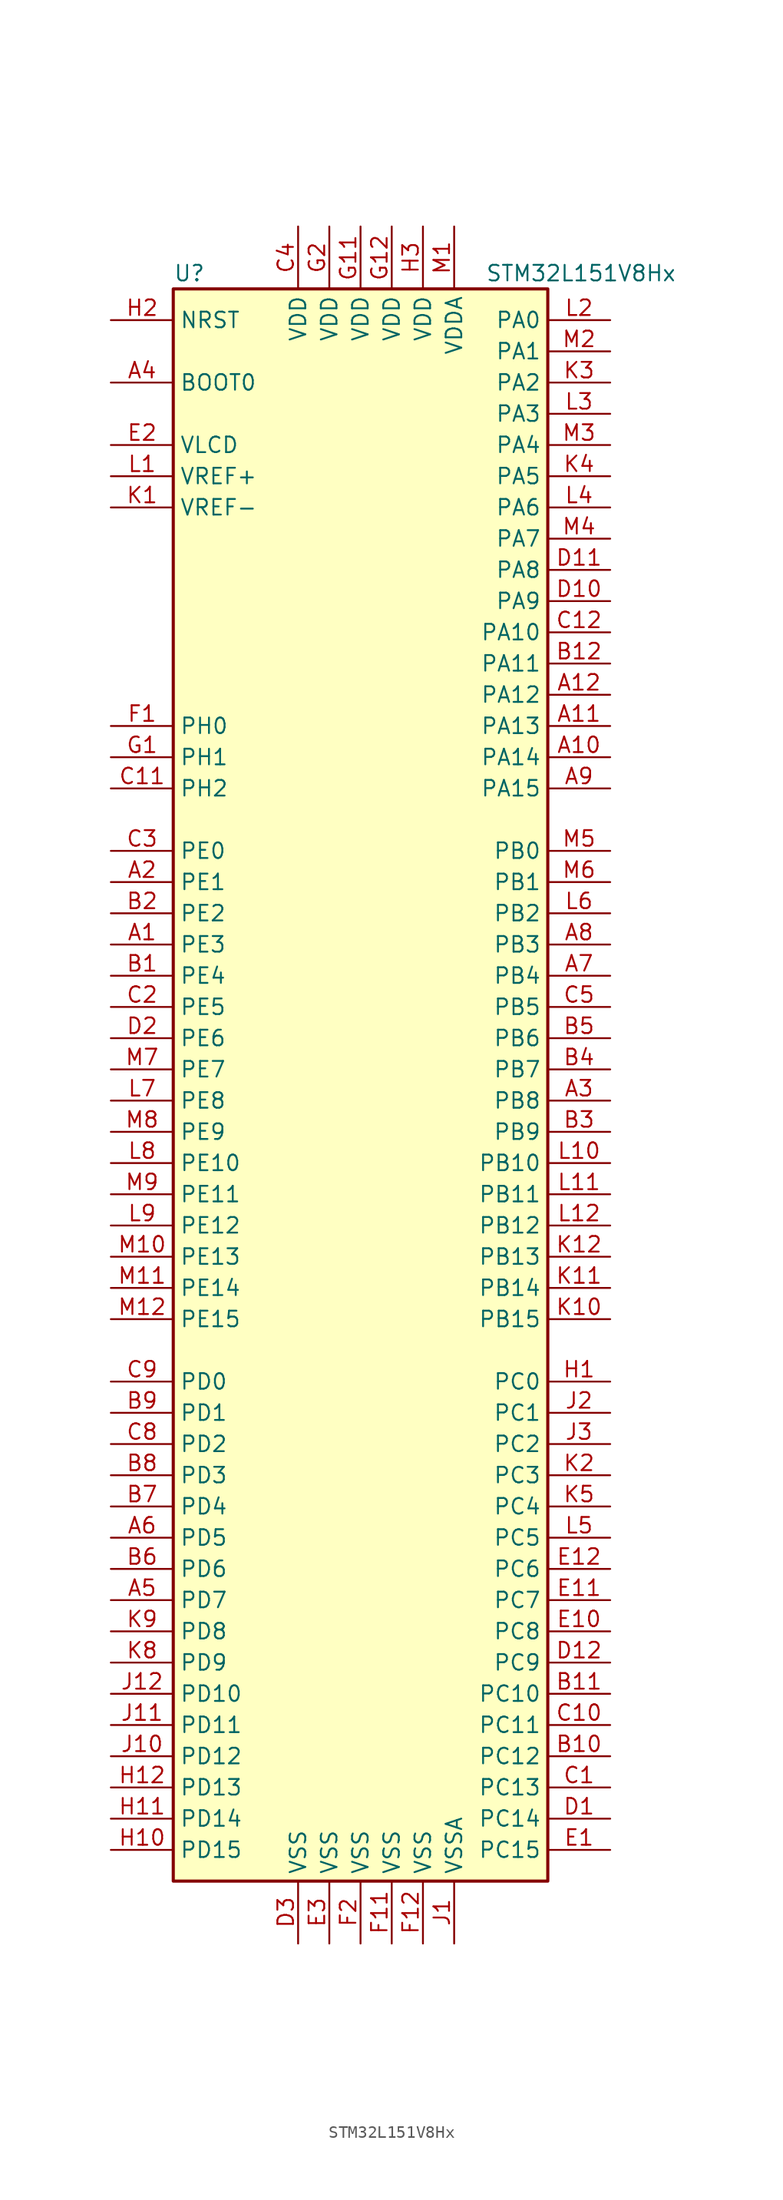
<source format=kicad_sym>
(kicad_symbol_lib
  (version 20211014)
  (generator kicad_symbol_editor)
  (symbol "STM32L151V8Hx"
    (property "Reference" "U"
      (at -15.24 64.77 0)
      (effects (font (size 1.27 1.27)) (justify left)))
    (property "Value" "STM32L151V8Hx"
      (at 10.16 64.77 0)
      (effects (font (size 1.27 1.27)) (justify left)))
    (symbol "STM32L151V8Hx_0_1"
      (rectangle (start -15.24 -66.04) (end 15.24 63.5) (stroke (width 0.254) (type default) (color 0 0 0 0)) (fill (type background))))
    (symbol "STM32L151V8Hx_1_1"
      (pin bidirectional line (at -20.32 10.16 0) (length 5.08) (name "PE3" (effects (font (size 1.27 1.27)))) (number "A1" (effects (font (size 1.27 1.27)))))
      (pin bidirectional line (at 20.32 25.4 180) (length 5.08) (name "PA14" (effects (font (size 1.27 1.27)))) (number "A10" (effects (font (size 1.27 1.27)))))
      (pin bidirectional line (at 20.32 27.94 180) (length 5.08) (name "PA13" (effects (font (size 1.27 1.27)))) (number "A11" (effects (font (size 1.27 1.27)))))
      (pin bidirectional line (at 20.32 30.48 180) (length 5.08) (name "PA12" (effects (font (size 1.27 1.27)))) (number "A12" (effects (font (size 1.27 1.27)))))
      (pin bidirectional line (at -20.32 15.24 0) (length 5.08) (name "PE1" (effects (font (size 1.27 1.27)))) (number "A2" (effects (font (size 1.27 1.27)))))
      (pin bidirectional line (at 20.32 -2.54 180) (length 5.08) (name "PB8" (effects (font (size 1.27 1.27)))) (number "A3" (effects (font (size 1.27 1.27)))))
      (pin input line (at -20.32 55.88 0) (length 5.08) (name "BOOT0" (effects (font (size 1.27 1.27)))) (number "A4" (effects (font (size 1.27 1.27)))))
      (pin bidirectional line (at -20.32 -43.18 0) (length 5.08) (name "PD7" (effects (font (size 1.27 1.27)))) (number "A5" (effects (font (size 1.27 1.27)))))
      (pin bidirectional line (at -20.32 -38.1 0) (length 5.08) (name "PD5" (effects (font (size 1.27 1.27)))) (number "A6" (effects (font (size 1.27 1.27)))))
      (pin bidirectional line (at 20.32 7.62 180) (length 5.08) (name "PB4" (effects (font (size 1.27 1.27)))) (number "A7" (effects (font (size 1.27 1.27)))))
      (pin bidirectional line (at 20.32 10.16 180) (length 5.08) (name "PB3" (effects (font (size 1.27 1.27)))) (number "A8" (effects (font (size 1.27 1.27)))))
      (pin bidirectional line (at 20.32 22.86 180) (length 5.08) (name "PA15" (effects (font (size 1.27 1.27)))) (number "A9" (effects (font (size 1.27 1.27)))))
      (pin bidirectional line (at -20.32 7.62 0) (length 5.08) (name "PE4" (effects (font (size 1.27 1.27)))) (number "B1" (effects (font (size 1.27 1.27)))))
      (pin bidirectional line (at 20.32 -55.88 180) (length 5.08) (name "PC12" (effects (font (size 1.27 1.27)))) (number "B10" (effects (font (size 1.27 1.27)))))
      (pin bidirectional line (at 20.32 -50.8 180) (length 5.08) (name "PC10" (effects (font (size 1.27 1.27)))) (number "B11" (effects (font (size 1.27 1.27)))))
      (pin bidirectional line (at 20.32 33.02 180) (length 5.08) (name "PA11" (effects (font (size 1.27 1.27)))) (number "B12" (effects (font (size 1.27 1.27)))))
      (pin bidirectional line (at -20.32 12.7 0) (length 5.08) (name "PE2" (effects (font (size 1.27 1.27)))) (number "B2" (effects (font (size 1.27 1.27)))))
      (pin bidirectional line (at 20.32 -5.08 180) (length 5.08) (name "PB9" (effects (font (size 1.27 1.27)))) (number "B3" (effects (font (size 1.27 1.27)))))
      (pin bidirectional line (at 20.32 0 180) (length 5.08) (name "PB7" (effects (font (size 1.27 1.27)))) (number "B4" (effects (font (size 1.27 1.27)))))
      (pin bidirectional line (at 20.32 2.54 180) (length 5.08) (name "PB6" (effects (font (size 1.27 1.27)))) (number "B5" (effects (font (size 1.27 1.27)))))
      (pin bidirectional line (at -20.32 -40.64 0) (length 5.08) (name "PD6" (effects (font (size 1.27 1.27)))) (number "B6" (effects (font (size 1.27 1.27)))))
      (pin bidirectional line (at -20.32 -35.56 0) (length 5.08) (name "PD4" (effects (font (size 1.27 1.27)))) (number "B7" (effects (font (size 1.27 1.27)))))
      (pin bidirectional line (at -20.32 -33.02 0) (length 5.08) (name "PD3" (effects (font (size 1.27 1.27)))) (number "B8" (effects (font (size 1.27 1.27)))))
      (pin bidirectional line (at -20.32 -27.94 0) (length 5.08) (name "PD1" (effects (font (size 1.27 1.27)))) (number "B9" (effects (font (size 1.27 1.27)))))
      (pin bidirectional line (at 20.32 -58.42 180) (length 5.08) (name "PC13" (effects (font (size 1.27 1.27)))) (number "C1" (effects (font (size 1.27 1.27)))))
      (pin bidirectional line (at 20.32 -53.34 180) (length 5.08) (name "PC11" (effects (font (size 1.27 1.27)))) (number "C10" (effects (font (size 1.27 1.27)))))
      (pin bidirectional line (at -20.32 22.86 0) (length 5.08) (name "PH2" (effects (font (size 1.27 1.27)))) (number "C11" (effects (font (size 1.27 1.27)))))
      (pin bidirectional line (at 20.32 35.56 180) (length 5.08) (name "PA10" (effects (font (size 1.27 1.27)))) (number "C12" (effects (font (size 1.27 1.27)))))
      (pin bidirectional line (at -20.32 5.08 0) (length 5.08) (name "PE5" (effects (font (size 1.27 1.27)))) (number "C2" (effects (font (size 1.27 1.27)))))
      (pin bidirectional line (at -20.32 17.78 0) (length 5.08) (name "PE0" (effects (font (size 1.27 1.27)))) (number "C3" (effects (font (size 1.27 1.27)))))
      (pin power_in line (at -5.08 68.58 270) (length 5.08) (name "VDD" (effects (font (size 1.27 1.27)))) (number "C4" (effects (font (size 1.27 1.27)))))
      (pin bidirectional line (at 20.32 5.08 180) (length 5.08) (name "PB5" (effects (font (size 1.27 1.27)))) (number "C5" (effects (font (size 1.27 1.27)))))
      (pin bidirectional line (at -20.32 -30.48 0) (length 5.08) (name "PD2" (effects (font (size 1.27 1.27)))) (number "C8" (effects (font (size 1.27 1.27)))))
      (pin bidirectional line (at -20.32 -25.4 0) (length 5.08) (name "PD0" (effects (font (size 1.27 1.27)))) (number "C9" (effects (font (size 1.27 1.27)))))
      (pin bidirectional line (at 20.32 -60.96 180) (length 5.08) (name "PC14" (effects (font (size 1.27 1.27)))) (number "D1" (effects (font (size 1.27 1.27)))))
      (pin bidirectional line (at 20.32 38.1 180) (length 5.08) (name "PA9" (effects (font (size 1.27 1.27)))) (number "D10" (effects (font (size 1.27 1.27)))))
      (pin bidirectional line (at 20.32 40.64 180) (length 5.08) (name "PA8" (effects (font (size 1.27 1.27)))) (number "D11" (effects (font (size 1.27 1.27)))))
      (pin bidirectional line (at 20.32 -48.26 180) (length 5.08) (name "PC9" (effects (font (size 1.27 1.27)))) (number "D12" (effects (font (size 1.27 1.27)))))
      (pin bidirectional line (at -20.32 2.54 0) (length 5.08) (name "PE6" (effects (font (size 1.27 1.27)))) (number "D2" (effects (font (size 1.27 1.27)))))
      (pin power_in line (at -5.08 -71.12 90) (length 5.08) (name "VSS" (effects (font (size 1.27 1.27)))) (number "D3" (effects (font (size 1.27 1.27)))))
      (pin bidirectional line (at 20.32 -63.5 180) (length 5.08) (name "PC15" (effects (font (size 1.27 1.27)))) (number "E1" (effects (font (size 1.27 1.27)))))
      (pin bidirectional line (at 20.32 -45.72 180) (length 5.08) (name "PC8" (effects (font (size 1.27 1.27)))) (number "E10" (effects (font (size 1.27 1.27)))))
      (pin bidirectional line (at 20.32 -43.18 180) (length 5.08) (name "PC7" (effects (font (size 1.27 1.27)))) (number "E11" (effects (font (size 1.27 1.27)))))
      (pin bidirectional line (at 20.32 -40.64 180) (length 5.08) (name "PC6" (effects (font (size 1.27 1.27)))) (number "E12" (effects (font (size 1.27 1.27)))))
      (pin power_in line (at -20.32 50.8 0) (length 5.08) (name "VLCD" (effects (font (size 1.27 1.27)))) (number "E2" (effects (font (size 1.27 1.27)))))
      (pin power_in line (at -2.54 -71.12 90) (length 5.08) (name "VSS" (effects (font (size 1.27 1.27)))) (number "E3" (effects (font (size 1.27 1.27)))))
      (pin input line (at -20.32 27.94 0) (length 5.08) (name "PH0" (effects (font (size 1.27 1.27)))) (number "F1" (effects (font (size 1.27 1.27)))))
      (pin power_in line (at 2.54 -71.12 90) (length 5.08) (name "VSS" (effects (font (size 1.27 1.27)))) (number "F11" (effects (font (size 1.27 1.27)))))
      (pin power_in line (at 5.08 -71.12 90) (length 5.08) (name "VSS" (effects (font (size 1.27 1.27)))) (number "F12" (effects (font (size 1.27 1.27)))))
      (pin power_in line (at 0 -71.12 90) (length 5.08) (name "VSS" (effects (font (size 1.27 1.27)))) (number "F2" (effects (font (size 1.27 1.27)))))
      (pin input line (at -20.32 25.4 0) (length 5.08) (name "PH1" (effects (font (size 1.27 1.27)))) (number "G1" (effects (font (size 1.27 1.27)))))
      (pin power_in line (at 0 68.58 270) (length 5.08) (name "VDD" (effects (font (size 1.27 1.27)))) (number "G11" (effects (font (size 1.27 1.27)))))
      (pin power_in line (at 2.54 68.58 270) (length 5.08) (name "VDD" (effects (font (size 1.27 1.27)))) (number "G12" (effects (font (size 1.27 1.27)))))
      (pin power_in line (at -2.54 68.58 270) (length 5.08) (name "VDD" (effects (font (size 1.27 1.27)))) (number "G2" (effects (font (size 1.27 1.27)))))
      (pin bidirectional line (at 20.32 -25.4 180) (length 5.08) (name "PC0" (effects (font (size 1.27 1.27)))) (number "H1" (effects (font (size 1.27 1.27)))))
      (pin bidirectional line (at -20.32 -63.5 0) (length 5.08) (name "PD15" (effects (font (size 1.27 1.27)))) (number "H10" (effects (font (size 1.27 1.27)))))
      (pin bidirectional line (at -20.32 -60.96 0) (length 5.08) (name "PD14" (effects (font (size 1.27 1.27)))) (number "H11" (effects (font (size 1.27 1.27)))))
      (pin bidirectional line (at -20.32 -58.42 0) (length 5.08) (name "PD13" (effects (font (size 1.27 1.27)))) (number "H12" (effects (font (size 1.27 1.27)))))
      (pin input line (at -20.32 60.96 0) (length 5.08) (name "NRST" (effects (font (size 1.27 1.27)))) (number "H2" (effects (font (size 1.27 1.27)))))
      (pin power_in line (at 5.08 68.58 270) (length 5.08) (name "VDD" (effects (font (size 1.27 1.27)))) (number "H3" (effects (font (size 1.27 1.27)))))
      (pin power_in line (at 7.62 -71.12 90) (length 5.08) (name "VSSA" (effects (font (size 1.27 1.27)))) (number "J1" (effects (font (size 1.27 1.27)))))
      (pin bidirectional line (at -20.32 -55.88 0) (length 5.08) (name "PD12" (effects (font (size 1.27 1.27)))) (number "J10" (effects (font (size 1.27 1.27)))))
      (pin bidirectional line (at -20.32 -53.34 0) (length 5.08) (name "PD11" (effects (font (size 1.27 1.27)))) (number "J11" (effects (font (size 1.27 1.27)))))
      (pin bidirectional line (at -20.32 -50.8 0) (length 5.08) (name "PD10" (effects (font (size 1.27 1.27)))) (number "J12" (effects (font (size 1.27 1.27)))))
      (pin bidirectional line (at 20.32 -27.94 180) (length 5.08) (name "PC1" (effects (font (size 1.27 1.27)))) (number "J2" (effects (font (size 1.27 1.27)))))
      (pin bidirectional line (at 20.32 -30.48 180) (length 5.08) (name "PC2" (effects (font (size 1.27 1.27)))) (number "J3" (effects (font (size 1.27 1.27)))))
      (pin power_in line (at -20.32 45.72 0) (length 5.08) (name "VREF-" (effects (font (size 1.27 1.27)))) (number "K1" (effects (font (size 1.27 1.27)))))
      (pin bidirectional line (at 20.32 -20.32 180) (length 5.08) (name "PB15" (effects (font (size 1.27 1.27)))) (number "K10" (effects (font (size 1.27 1.27)))))
      (pin bidirectional line (at 20.32 -17.78 180) (length 5.08) (name "PB14" (effects (font (size 1.27 1.27)))) (number "K11" (effects (font (size 1.27 1.27)))))
      (pin bidirectional line (at 20.32 -15.24 180) (length 5.08) (name "PB13" (effects (font (size 1.27 1.27)))) (number "K12" (effects (font (size 1.27 1.27)))))
      (pin bidirectional line (at 20.32 -33.02 180) (length 5.08) (name "PC3" (effects (font (size 1.27 1.27)))) (number "K2" (effects (font (size 1.27 1.27)))))
      (pin bidirectional line (at 20.32 55.88 180) (length 5.08) (name "PA2" (effects (font (size 1.27 1.27)))) (number "K3" (effects (font (size 1.27 1.27)))))
      (pin bidirectional line (at 20.32 48.26 180) (length 5.08) (name "PA5" (effects (font (size 1.27 1.27)))) (number "K4" (effects (font (size 1.27 1.27)))))
      (pin bidirectional line (at 20.32 -35.56 180) (length 5.08) (name "PC4" (effects (font (size 1.27 1.27)))) (number "K5" (effects (font (size 1.27 1.27)))))
      (pin bidirectional line (at -20.32 -48.26 0) (length 5.08) (name "PD9" (effects (font (size 1.27 1.27)))) (number "K8" (effects (font (size 1.27 1.27)))))
      (pin bidirectional line (at -20.32 -45.72 0) (length 5.08) (name "PD8" (effects (font (size 1.27 1.27)))) (number "K9" (effects (font (size 1.27 1.27)))))
      (pin power_in line (at -20.32 48.26 0) (length 5.08) (name "VREF+" (effects (font (size 1.27 1.27)))) (number "L1" (effects (font (size 1.27 1.27)))))
      (pin bidirectional line (at 20.32 -7.62 180) (length 5.08) (name "PB10" (effects (font (size 1.27 1.27)))) (number "L10" (effects (font (size 1.27 1.27)))))
      (pin bidirectional line (at 20.32 -10.16 180) (length 5.08) (name "PB11" (effects (font (size 1.27 1.27)))) (number "L11" (effects (font (size 1.27 1.27)))))
      (pin bidirectional line (at 20.32 -12.7 180) (length 5.08) (name "PB12" (effects (font (size 1.27 1.27)))) (number "L12" (effects (font (size 1.27 1.27)))))
      (pin bidirectional line (at 20.32 60.96 180) (length 5.08) (name "PA0" (effects (font (size 1.27 1.27)))) (number "L2" (effects (font (size 1.27 1.27)))))
      (pin bidirectional line (at 20.32 53.34 180) (length 5.08) (name "PA3" (effects (font (size 1.27 1.27)))) (number "L3" (effects (font (size 1.27 1.27)))))
      (pin bidirectional line (at 20.32 45.72 180) (length 5.08) (name "PA6" (effects (font (size 1.27 1.27)))) (number "L4" (effects (font (size 1.27 1.27)))))
      (pin bidirectional line (at 20.32 -38.1 180) (length 5.08) (name "PC5" (effects (font (size 1.27 1.27)))) (number "L5" (effects (font (size 1.27 1.27)))))
      (pin bidirectional line (at 20.32 12.7 180) (length 5.08) (name "PB2" (effects (font (size 1.27 1.27)))) (number "L6" (effects (font (size 1.27 1.27)))))
      (pin bidirectional line (at -20.32 -2.54 0) (length 5.08) (name "PE8" (effects (font (size 1.27 1.27)))) (number "L7" (effects (font (size 1.27 1.27)))))
      (pin bidirectional line (at -20.32 -7.62 0) (length 5.08) (name "PE10" (effects (font (size 1.27 1.27)))) (number "L8" (effects (font (size 1.27 1.27)))))
      (pin bidirectional line (at -20.32 -12.7 0) (length 5.08) (name "PE12" (effects (font (size 1.27 1.27)))) (number "L9" (effects (font (size 1.27 1.27)))))
      (pin power_in line (at 7.62 68.58 270) (length 5.08) (name "VDDA" (effects (font (size 1.27 1.27)))) (number "M1" (effects (font (size 1.27 1.27)))))
      (pin bidirectional line (at -20.32 -15.24 0) (length 5.08) (name "PE13" (effects (font (size 1.27 1.27)))) (number "M10" (effects (font (size 1.27 1.27)))))
      (pin bidirectional line (at -20.32 -17.78 0) (length 5.08) (name "PE14" (effects (font (size 1.27 1.27)))) (number "M11" (effects (font (size 1.27 1.27)))))
      (pin bidirectional line (at -20.32 -20.32 0) (length 5.08) (name "PE15" (effects (font (size 1.27 1.27)))) (number "M12" (effects (font (size 1.27 1.27)))))
      (pin bidirectional line (at 20.32 58.42 180) (length 5.08) (name "PA1" (effects (font (size 1.27 1.27)))) (number "M2" (effects (font (size 1.27 1.27)))))
      (pin bidirectional line (at 20.32 50.8 180) (length 5.08) (name "PA4" (effects (font (size 1.27 1.27)))) (number "M3" (effects (font (size 1.27 1.27)))))
      (pin bidirectional line (at 20.32 43.18 180) (length 5.08) (name "PA7" (effects (font (size 1.27 1.27)))) (number "M4" (effects (font (size 1.27 1.27)))))
      (pin bidirectional line (at 20.32 17.78 180) (length 5.08) (name "PB0" (effects (font (size 1.27 1.27)))) (number "M5" (effects (font (size 1.27 1.27)))))
      (pin bidirectional line (at 20.32 15.24 180) (length 5.08) (name "PB1" (effects (font (size 1.27 1.27)))) (number "M6" (effects (font (size 1.27 1.27)))))
      (pin bidirectional line (at -20.32 0 0) (length 5.08) (name "PE7" (effects (font (size 1.27 1.27)))) (number "M7" (effects (font (size 1.27 1.27)))))
      (pin bidirectional line (at -20.32 -5.08 0) (length 5.08) (name "PE9" (effects (font (size 1.27 1.27)))) (number "M8" (effects (font (size 1.27 1.27)))))
      (pin bidirectional line (at -20.32 -10.16 0) (length 5.08) (name "PE11" (effects (font (size 1.27 1.27)))) (number "M9" (effects (font (size 1.27 1.27))))))))
</source>
